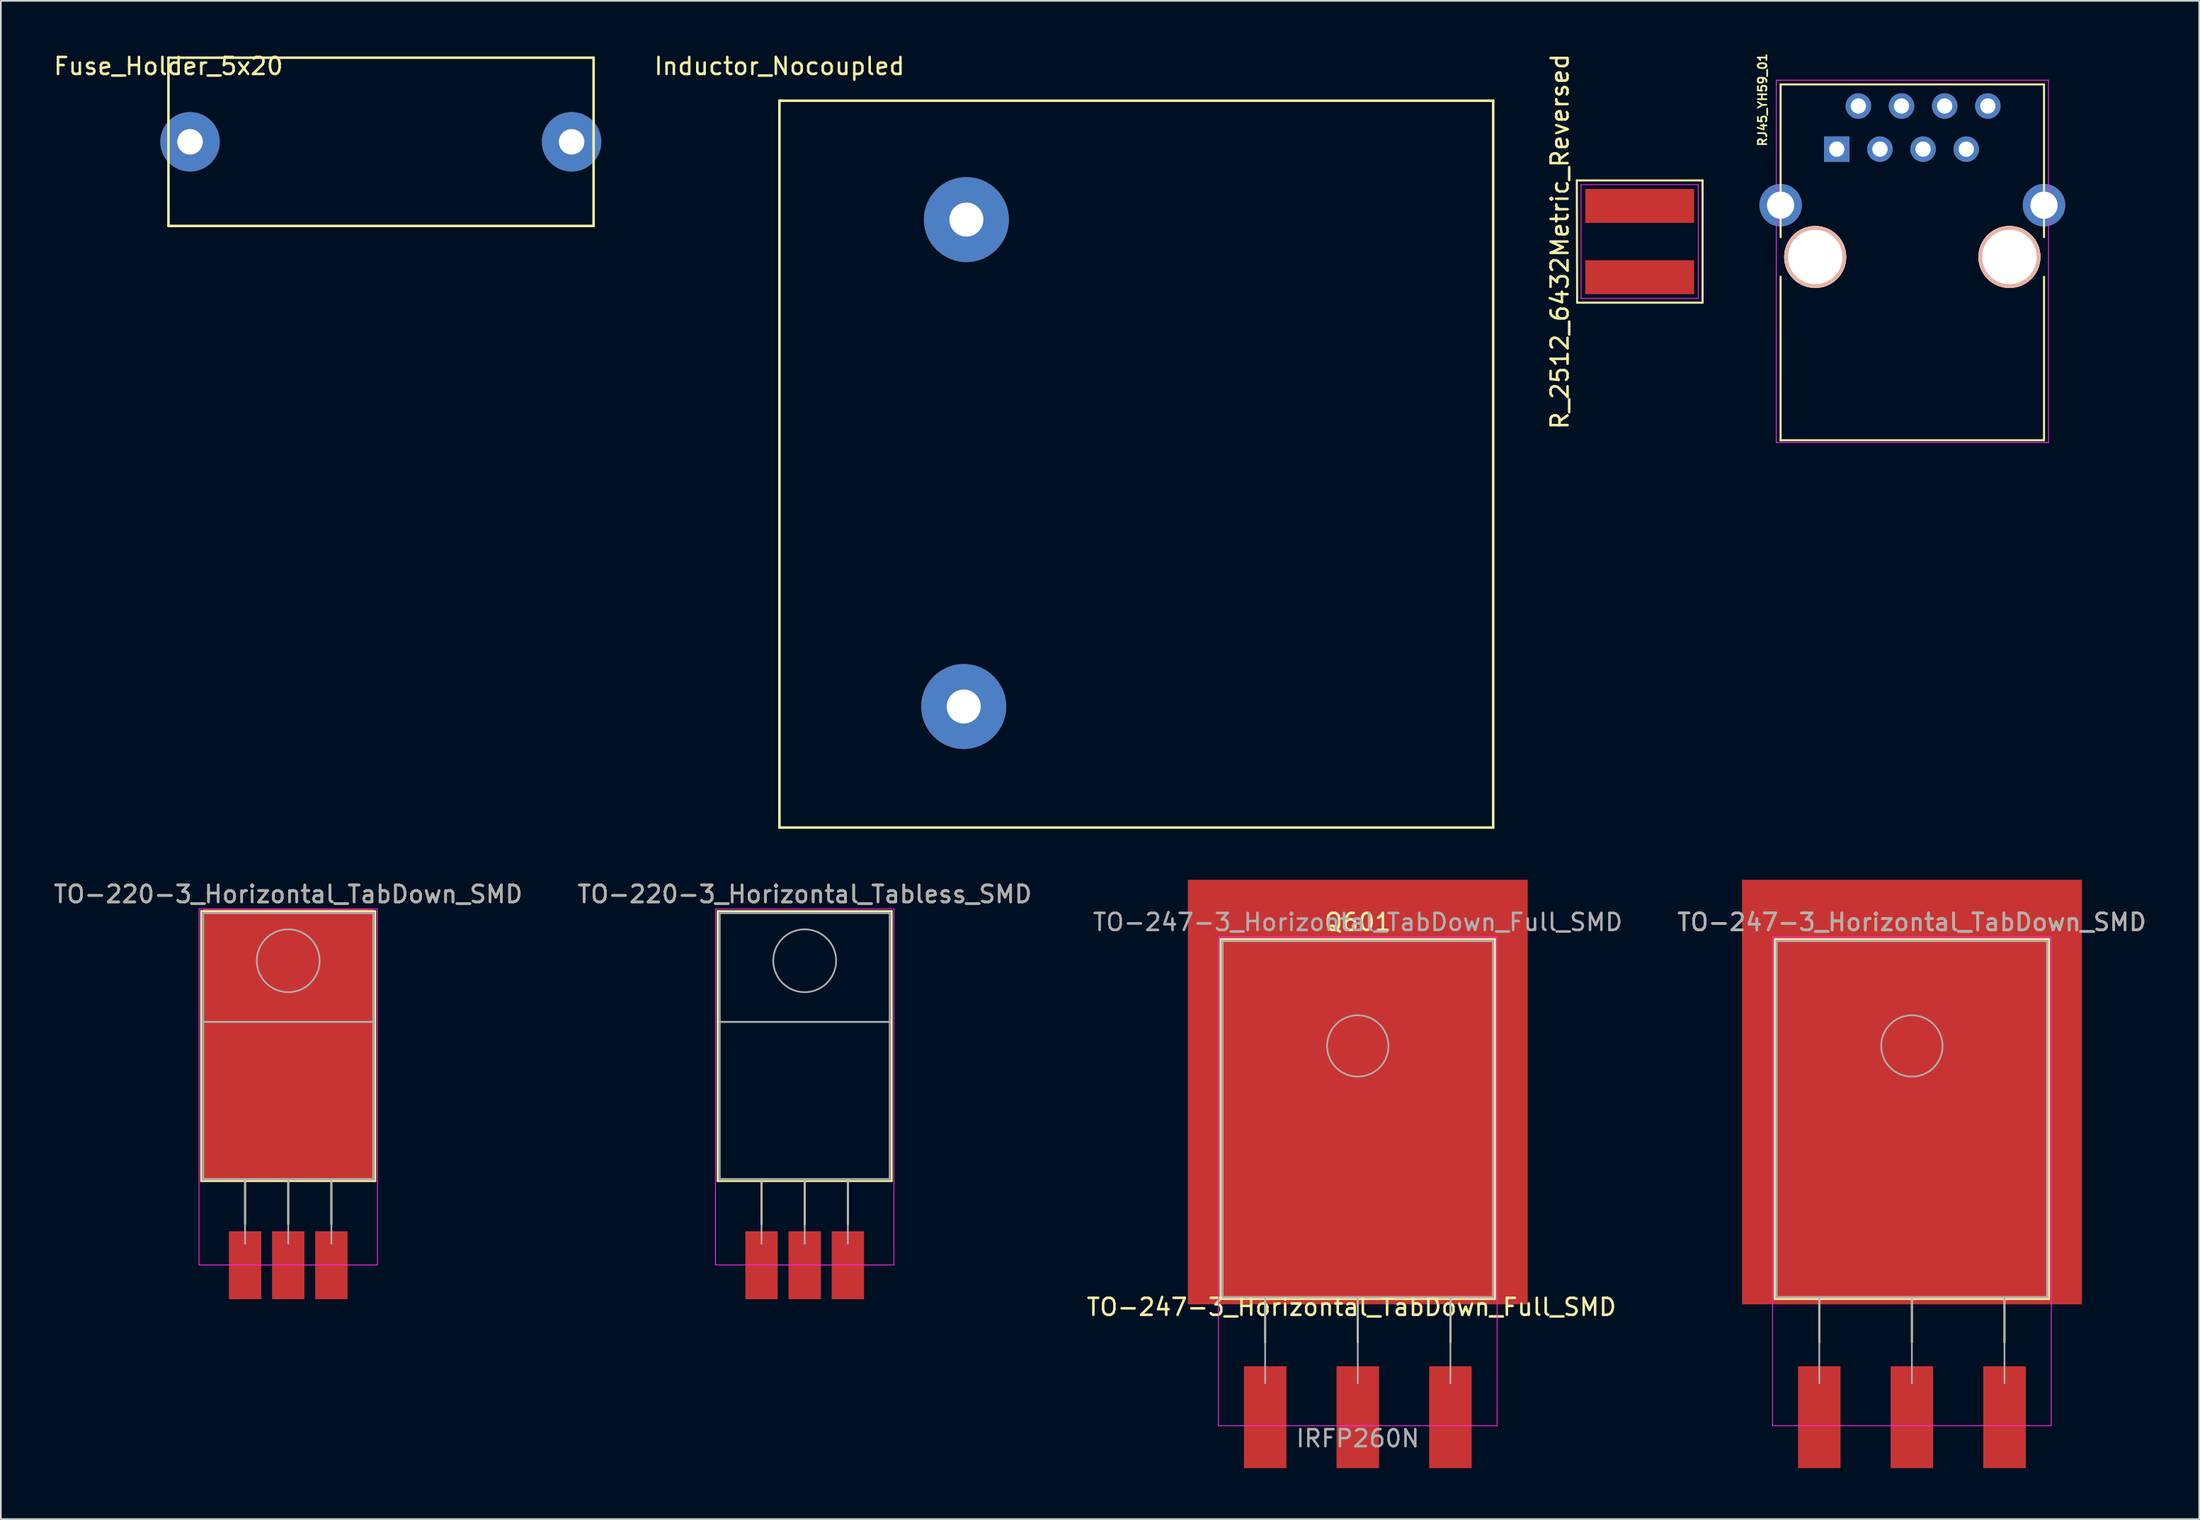
<source format=kicad_pcb>
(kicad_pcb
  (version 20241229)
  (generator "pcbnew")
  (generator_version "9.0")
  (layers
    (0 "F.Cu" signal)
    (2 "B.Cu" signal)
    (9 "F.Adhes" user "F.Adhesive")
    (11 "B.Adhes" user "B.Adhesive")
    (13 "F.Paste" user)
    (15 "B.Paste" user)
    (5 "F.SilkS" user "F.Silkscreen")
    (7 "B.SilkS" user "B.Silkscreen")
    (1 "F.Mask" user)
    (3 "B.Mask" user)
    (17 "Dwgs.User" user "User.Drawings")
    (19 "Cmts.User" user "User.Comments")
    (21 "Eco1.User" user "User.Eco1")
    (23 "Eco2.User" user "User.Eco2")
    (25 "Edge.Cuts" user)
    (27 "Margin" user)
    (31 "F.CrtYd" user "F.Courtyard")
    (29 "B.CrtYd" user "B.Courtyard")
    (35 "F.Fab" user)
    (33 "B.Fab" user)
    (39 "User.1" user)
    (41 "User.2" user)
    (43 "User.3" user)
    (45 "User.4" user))
  (footprint "RJ45_YH59_01"
    (layer "F.Cu")
    (at 105.034 5.736)
    (property "Reference" "RJ45_YH59_01" (at -4.364 -2.91 270) (layer "F.SilkS") (effects (font (size 0.5 0.5) (thickness 0.1))))
    (attr through_hole)
    (fp_line (start -3.3 -3.814) (end -3.3 5.186) (stroke (width 0.12) (type solid)) (layer "F.SilkS"))
    (fp_line (start -3.3 7.506) (end -3.302 17.145) (stroke (width 0.12) (type solid)) (layer "F.SilkS"))
    (fp_line (start -3.3 17.136) (end 12.2 17.136) (stroke (width 0.12) (type solid)) (layer "F.SilkS"))
    (fp_line (start 12.2 -3.814) (end -3.3 -3.814) (stroke (width 0.12) (type solid)) (layer "F.SilkS"))
    (fp_line (start 12.2 -3.814) (end 12.2 5.176) (stroke (width 0.12) (type solid)) (layer "F.SilkS"))
    (fp_line (start 12.2 7.516) (end 12.2 17.145) (stroke (width 0.12) (type solid)) (layer "F.SilkS"))
    (fp_line (start -3.555 -4.064) (end -3.556 17.272) (stroke (width 0.05) (type solid)) (layer "F.CrtYd"))
    (fp_line (start -3.555 -4.064) (end 12.465 -4.064) (stroke (width 0.05) (type solid)) (layer "F.CrtYd"))
    (fp_line (start 12.464 17.272) (end -3.556 17.272) (stroke (width 0.05) (type solid)) (layer "F.CrtYd"))
    (fp_line (start 12.465 17.272) (end 12.465 -4.064) (stroke (width 0.05) (type solid)) (layer "F.CrtYd"))
    (pad "" np_thru_hole circle (at -1.265 6.346) (size 3.65 3.65) (drill 3.2) (layers "*.Cu" "*.SilkS" "*.Mask"))
    (pad "" np_thru_hole circle (at 10.165 6.346) (size 3.65 3.65) (drill 3.2) (layers "*.Cu" "*.SilkS" "*.Mask"))
    (pad "1" thru_hole rect (at 0.005 -0.004) (size 1.5 1.5) (drill 0.9) (layers "*.Cu" "*.Mask"))
    (pad "2" thru_hole circle (at 1.275 -2.544) (size 1.5 1.5) (drill 0.9) (layers "*.Cu" "*.Mask"))
    (pad "3" thru_hole circle (at 2.545 -0.004) (size 1.5 1.5) (drill 0.9) (layers "*.Cu" "*.Mask"))
    (pad "4" thru_hole circle (at 3.815 -2.544) (size 1.5 1.5) (drill 0.9) (layers "*.Cu" "*.Mask"))
    (pad "5" thru_hole circle (at 5.085 -0.004) (size 1.5 1.5) (drill 0.9) (layers "*.Cu" "*.Mask"))
    (pad "6" thru_hole circle (at 6.355 -2.544) (size 1.5 1.5) (drill 0.9) (layers "*.Cu" "*.Mask"))
    (pad "7" thru_hole circle (at 7.625 -0.004) (size 1.5 1.5) (drill 0.9) (layers "*.Cu" "*.Mask"))
    (pad "8" thru_hole circle (at 8.895 -2.544) (size 1.5 1.5) (drill 0.9) (layers "*.Cu" "*.Mask"))
    (pad "9" thru_hole circle (at -3.3 3.296) (size 2.5 2.5) (drill 1.6) (layers "*.Cu" "*.Mask"))
    (pad "9" thru_hole circle (at 12.2 3.296) (size 2.5 2.5) (drill 1.6) (layers "*.Cu" "*.Mask")))
  (footprint "Fuse_Holder_5x20"
    (layer "F.Cu")
    (at 6.863 0.348)
    (property "Reference" "Fuse_Holder_5x20" (at 0 0.5 0) (layer "F.SilkS") (effects (font (size 1 1) (thickness 0.15))))
    (attr through_hole)
    (fp_line (start 0 0) (end 0 9.906) (stroke (width 0.15) (type solid)) (layer "F.SilkS"))
    (fp_line (start 0 0) (end 25.019 0) (stroke (width 0.15) (type solid)) (layer "F.SilkS"))
    (fp_line (start 0 9.906) (end 25.019 9.906) (stroke (width 0.15) (type solid)) (layer "F.SilkS"))
    (fp_line (start 25.019 0) (end 25.019 9.906) (stroke (width 0.15) (type solid)) (layer "F.SilkS"))
    (pad "1" thru_hole circle (at 1.27 4.953) (size 3.5 3.5) (drill 1.5) (layers "*.Cu" "*.Mask"))
    (pad "2" thru_hole circle (at 23.724 4.953) (size 3.5 3.5) (drill 1.5) (layers "*.Cu" "*.Mask")))
  (footprint "R_2512_6432Metric_Reversed"
    (layer "F.Cu")
    (at 93.442 11.173)
    (property "Reference" "R_2512_6432Metric_Reversed" (at -4.7 0 90) (layer "F.SilkS") (effects (font (size 1 1) (thickness 0.15))))
    (attr smd)
    (fp_line (start -3.7 -3.6) (end 3.7 -3.6) (stroke (width 0.12) (type solid)) (layer "F.SilkS"))
    (fp_line (start -3.683 3.6) (end -3.7 -3.6) (stroke (width 0.12) (type solid)) (layer "F.SilkS"))
    (fp_line (start 3.7 -3.6) (end 3.7 3.6) (stroke (width 0.12) (type solid)) (layer "F.SilkS"))
    (fp_line (start 3.7 3.6) (end -3.683 3.6) (stroke (width 0.12) (type solid)) (layer "F.SilkS"))
    (fp_line (start -3.45 -3.35) (end 3.45 -3.35) (stroke (width 0.05) (type solid)) (layer "F.CrtYd"))
    (fp_line (start -3.45 3.35) (end -3.45 -3.35) (stroke (width 0.05) (type solid)) (layer "F.CrtYd"))
    (fp_line (start 3.45 -3.35) (end 3.45 3.35) (stroke (width 0.05) (type solid)) (layer "F.CrtYd"))
    (fp_line (start 3.45 3.35) (end -3.45 3.35) (stroke (width 0.05) (type solid)) (layer "F.CrtYd"))
    (pad "1" smd rect (at 0 2.1) (size 6.4 2) (layers "F.Cu" "F.Mask" "F.Paste"))
    (pad "2" smd rect (at 0 -2.1) (size 6.4 2) (layers "F.Cu" "F.Mask" "F.Paste")))
  (footprint "TO-247-3_Horizontal_TabDown_Full_SMD"
    (layer "F.Cu")
    (at 76.482 73.415)
    (property "Reference" "TO-247-3_Horizontal_TabDown_Full_SMD" (at 0 0.5 0) (layer "F.SilkS") (effects (font (size 1 1) (thickness 0.15))))
    (attr through_hole)
    (fp_line (start -7.7 -21.165) (end -7.7 0.025) (stroke (width 0.12) (type solid)) (layer "F.SilkS"))
    (fp_line (start -7.7 -21.165) (end 8.44 -21.165) (stroke (width 0.12) (type solid)) (layer "F.SilkS"))
    (fp_line (start -7.7 0.025) (end 8.44 0.025) (stroke (width 0.12) (type solid)) (layer "F.SilkS"))
    (fp_line (start -5.08 0.025) (end -5.08 2.585) (stroke (width 0.12) (type solid)) (layer "F.SilkS"))
    (fp_line (start 0.37 0.025) (end 0.37 2.585) (stroke (width 0.12) (type solid)) (layer "F.SilkS"))
    (fp_line (start 5.82 0.025) (end 5.82 2.585) (stroke (width 0.12) (type solid)) (layer "F.SilkS"))
    (fp_line (start 8.44 -21.165) (end 8.44 0.025) (stroke (width 0.12) (type solid)) (layer "F.SilkS"))
    (fp_line (start -7.83 -21.295) (end -7.83 7.485) (stroke (width 0.05) (type solid)) (layer "F.CrtYd"))
    (fp_line (start -7.83 7.485) (end 8.57 7.485) (stroke (width 0.05) (type solid)) (layer "F.CrtYd"))
    (fp_line (start 8.57 -21.295) (end -7.83 -21.295) (stroke (width 0.05) (type solid)) (layer "F.CrtYd"))
    (fp_line (start 8.57 7.485) (end 8.57 -21.295) (stroke (width 0.05) (type solid)) (layer "F.CrtYd"))
    (fp_line (start -7.58 -21.045) (end 8.32 -21.045) (stroke (width 0.1) (type solid)) (layer "F.Fab"))
    (fp_line (start -7.58 -0.095) (end -7.58 -21.045) (stroke (width 0.1) (type solid)) (layer "F.Fab"))
    (fp_line (start -5.08 -0.095) (end -5.08 4.985) (stroke (width 0.1) (type solid)) (layer "F.Fab"))
    (fp_line (start 0.37 -0.095) (end 0.37 4.985) (stroke (width 0.1) (type solid)) (layer "F.Fab"))
    (fp_line (start 5.82 -0.095) (end 5.82 4.985) (stroke (width 0.1) (type solid)) (layer "F.Fab"))
    (fp_line (start 8.32 -21.045) (end 8.32 -0.095) (stroke (width 0.1) (type solid)) (layer "F.Fab"))
    (fp_line (start 8.32 -0.095) (end -7.58 -0.095) (stroke (width 0.1) (type solid)) (layer "F.Fab"))
    (fp_circle (center 0.37 -14.875) (end 2.175 -14.875) (stroke (width 0.1) (type solid)) (fill no) (layer "F.Fab"))
    (fp_text user "Q601" (at 0.37 -22.165 0) (layer "F.SilkS") (effects (font (size 1 1) (thickness 0.15))))
    (fp_text user "IRFP260N" (at 0.37 8.235 0) (layer "F.Fab") (effects (font (size 1 1) (thickness 0.15))))
    (fp_text user "${REFERENCE}" (at 0.37 -22.165 0) (layer "F.Fab") (effects (font (size 1 1) (thickness 0.15))))
    (pad "1" smd rect (at -5.08 6.985) (size 2.5 6) (layers "F.Cu" "F.Mask" "F.Paste"))
    (pad "2" smd rect (at 0.37 6.985) (size 2.5 6) (layers "F.Cu" "F.Mask" "F.Paste"))
    (pad "3" smd rect (at 5.82 6.985) (size 2.5 6) (layers "F.Cu" "F.Mask" "F.Paste"))
    (pad "4" smd rect (at 0.37 -12.16) (size 20 25) (layers "F.Cu" "F.Mask" "F.Paste")))
  (footprint "Inductor_Nocoupled"
    (layer "F.Cu")
    (at 42.819 2.88)
    (property "Reference" "Inductor_Nocoupled" (at 0 -2.032 0) (layer "F.SilkS") (effects (font (size 1 1) (thickness 0.15))))
    (attr through_hole)
    (fp_line (start 0 0) (end 0 42.8) (stroke (width 0.15) (type solid)) (layer "F.SilkS"))
    (fp_line (start 0 0) (end 42 0) (stroke (width 0.15) (type solid)) (layer "F.SilkS"))
    (fp_line (start 0 42.8) (end 42 42.8) (stroke (width 0.15) (type solid)) (layer "F.SilkS"))
    (fp_line (start 42 0) (end 42 42.8) (stroke (width 0.15) (type solid)) (layer "F.SilkS"))
    (pad "1" thru_hole circle (at 11 7) (size 5 5) (drill 2) (layers "*.Cu" "*.Mask"))
    (pad "2" thru_hole circle (at 10.844 35.672 180) (size 5 5) (drill 2) (layers "*.Cu" "*.Mask")))
  (footprint "TO-247-3_Horizontal_TabDown_SMD"
    (layer "F.Cu")
    (at 104.009 78.4)
    (property "Reference" "TO-247-3_Horizontal_TabDown_SMD" (at 5.45 -27.15 0) (layer "F.SilkS") (effects (font (size 1 1) (thickness 0.15))))
    (attr smd)
    (fp_line (start -2.62 -26.15) (end -2.62 -4.96) (stroke (width 0.12) (type solid)) (layer "F.SilkS"))
    (fp_line (start -2.62 -26.15) (end 13.52 -26.15) (stroke (width 0.12) (type solid)) (layer "F.SilkS"))
    (fp_line (start -2.62 -4.96) (end 13.52 -4.96) (stroke (width 0.12) (type solid)) (layer "F.SilkS"))
    (fp_line (start 0 -4.96) (end 0 -2.4) (stroke (width 0.12) (type solid)) (layer "F.SilkS"))
    (fp_line (start 5.45 -4.96) (end 5.45 -2.4) (stroke (width 0.12) (type solid)) (layer "F.SilkS"))
    (fp_line (start 10.9 -4.96) (end 10.9 -2.4) (stroke (width 0.12) (type solid)) (layer "F.SilkS"))
    (fp_line (start 13.52 -26.15) (end 13.52 -4.96) (stroke (width 0.12) (type solid)) (layer "F.SilkS"))
    (fp_line (start -2.75 -26.28) (end -2.75 2.5) (stroke (width 0.05) (type solid)) (layer "F.CrtYd"))
    (fp_line (start -2.75 2.5) (end 13.65 2.5) (stroke (width 0.05) (type solid)) (layer "F.CrtYd"))
    (fp_line (start 13.65 -26.28) (end -2.75 -26.28) (stroke (width 0.05) (type solid)) (layer "F.CrtYd"))
    (fp_line (start 13.65 2.5) (end 13.65 -26.28) (stroke (width 0.05) (type solid)) (layer "F.CrtYd"))
    (fp_line (start -2.5 -26.03) (end 13.4 -26.03) (stroke (width 0.1) (type solid)) (layer "F.Fab"))
    (fp_line (start -2.5 -5.08) (end -2.5 -26.03) (stroke (width 0.1) (type solid)) (layer "F.Fab"))
    (fp_line (start 0 -5.08) (end 0 0) (stroke (width 0.1) (type solid)) (layer "F.Fab"))
    (fp_line (start 5.45 -5.08) (end 5.45 0) (stroke (width 0.1) (type solid)) (layer "F.Fab"))
    (fp_line (start 10.9 -5.08) (end 10.9 0) (stroke (width 0.1) (type solid)) (layer "F.Fab"))
    (fp_line (start 13.4 -26.03) (end 13.4 -5.08) (stroke (width 0.1) (type solid)) (layer "F.Fab"))
    (fp_line (start 13.4 -5.08) (end -2.5 -5.08) (stroke (width 0.1) (type solid)) (layer "F.Fab"))
    (fp_circle (center 5.45 -19.86) (end 7.255 -19.86) (stroke (width 0.1) (type solid)) (fill no) (layer "F.Fab"))
    (fp_text user "${REFERENCE}" (at 5.45 -27.15 0) (layer "F.Fab") (effects (font (size 1 1) (thickness 0.15))))
    (pad "1" smd rect (at 0 2) (size 2.5 6) (layers "F.Cu" "F.Mask" "F.Paste"))
    (pad "2" smd rect (at 5.45 2) (size 2.5 6) (layers "F.Cu" "F.Mask" "F.Paste"))
    (pad "3" smd rect (at 10.9 2) (size 2.5 6) (layers "F.Cu" "F.Mask" "F.Paste"))
    (pad "4" smd rect (at 5.45 -17.145) (size 20 25) (layers "F.Cu" "F.Mask" "F.Paste")))
  (footprint "TO-220-3_Horizontal_Tabless_SMD"
    (layer "F.Cu")
    (at 41.764 70.183)
    (property "Reference" "TO-220-3_Horizontal_Tabless_SMD" (at 2.54 -20.58 0) (layer "F.SilkS") (effects (font (size 1 1) (thickness 0.15))))
    (attr through_hole)
    (fp_line (start -2.58 -19.58) (end -2.58 -3.69) (stroke (width 0.12) (type solid)) (layer "F.SilkS"))
    (fp_line (start -2.58 -19.58) (end 7.66 -19.58) (stroke (width 0.12) (type solid)) (layer "F.SilkS"))
    (fp_line (start -2.58 -3.69) (end 7.66 -3.69) (stroke (width 0.12) (type solid)) (layer "F.SilkS"))
    (fp_line (start 0 -3.69) (end 0 -1.15) (stroke (width 0.12) (type solid)) (layer "F.SilkS"))
    (fp_line (start 2.54 -3.69) (end 2.54 -1.15) (stroke (width 0.12) (type solid)) (layer "F.SilkS"))
    (fp_line (start 5.08 -3.69) (end 5.08 -1.15) (stroke (width 0.12) (type solid)) (layer "F.SilkS"))
    (fp_line (start 7.66 -19.58) (end 7.66 -3.69) (stroke (width 0.12) (type solid)) (layer "F.SilkS"))
    (fp_line (start -2.71 -19.71) (end -2.71 1.25) (stroke (width 0.05) (type solid)) (layer "F.CrtYd"))
    (fp_line (start -2.71 1.25) (end 7.79 1.25) (stroke (width 0.05) (type solid)) (layer "F.CrtYd"))
    (fp_line (start 7.79 -19.71) (end -2.71 -19.71) (stroke (width 0.05) (type solid)) (layer "F.CrtYd"))
    (fp_line (start 7.79 1.25) (end 7.79 -19.71) (stroke (width 0.05) (type solid)) (layer "F.CrtYd"))
    (fp_line (start -2.46 -19.46) (end 7.54 -19.46) (stroke (width 0.1) (type solid)) (layer "F.Fab"))
    (fp_line (start -2.46 -13.06) (end -2.46 -19.46) (stroke (width 0.1) (type solid)) (layer "F.Fab"))
    (fp_line (start -2.46 -13.06) (end 7.54 -13.06) (stroke (width 0.1) (type solid)) (layer "F.Fab"))
    (fp_line (start -2.46 -3.81) (end -2.46 -13.06) (stroke (width 0.1) (type solid)) (layer "F.Fab"))
    (fp_line (start 0 -3.81) (end 0 0) (stroke (width 0.1) (type solid)) (layer "F.Fab"))
    (fp_line (start 2.54 -3.81) (end 2.54 0) (stroke (width 0.1) (type solid)) (layer "F.Fab"))
    (fp_line (start 5.08 -3.81) (end 5.08 0) (stroke (width 0.1) (type solid)) (layer "F.Fab"))
    (fp_line (start 7.54 -19.46) (end 7.54 -13.06) (stroke (width 0.1) (type solid)) (layer "F.Fab"))
    (fp_line (start 7.54 -13.06) (end -2.46 -13.06) (stroke (width 0.1) (type solid)) (layer "F.Fab"))
    (fp_line (start 7.54 -13.06) (end 7.54 -3.81) (stroke (width 0.1) (type solid)) (layer "F.Fab"))
    (fp_line (start 7.54 -3.81) (end -2.46 -3.81) (stroke (width 0.1) (type solid)) (layer "F.Fab"))
    (fp_circle (center 2.54 -16.66) (end 4.39 -16.66) (stroke (width 0.1) (type solid)) (fill no) (layer "F.Fab"))
    (fp_text user "${REFERENCE}" (at 2.54 -20.58 0) (layer "F.Fab") (effects (font (size 1 1) (thickness 0.15))))
    (pad "1" smd rect (at 0 1.27) (size 1.905 4) (layers "F.Cu" "F.Mask" "F.Paste"))
    (pad "2" smd rect (at 2.54 1.27) (size 1.905 4) (layers "F.Cu" "F.Mask" "F.Paste"))
    (pad "3" smd rect (at 5.08 1.27) (size 1.905 4) (layers "F.Cu" "F.Mask" "F.Paste")))
  (footprint "TO-220-3_Horizontal_TabDown_SMD"
    (layer "F.Cu")
    (at 11.371 70.183)
    (property "Reference" "TO-220-3_Horizontal_TabDown_SMD" (at 2.54 -20.58 0) (layer "F.SilkS") (effects (font (size 1 1) (thickness 0.15))))
    (attr through_hole)
    (fp_line (start -2.58 -19.58) (end -2.58 -3.69) (stroke (width 0.12) (type solid)) (layer "F.SilkS"))
    (fp_line (start -2.58 -19.58) (end 7.66 -19.58) (stroke (width 0.12) (type solid)) (layer "F.SilkS"))
    (fp_line (start -2.58 -3.69) (end 7.66 -3.69) (stroke (width 0.12) (type solid)) (layer "F.SilkS"))
    (fp_line (start 0 -3.69) (end 0 -1.15) (stroke (width 0.12) (type solid)) (layer "F.SilkS"))
    (fp_line (start 2.54 -3.69) (end 2.54 -1.15) (stroke (width 0.12) (type solid)) (layer "F.SilkS"))
    (fp_line (start 5.08 -3.69) (end 5.08 -1.15) (stroke (width 0.12) (type solid)) (layer "F.SilkS"))
    (fp_line (start 7.66 -19.58) (end 7.66 -3.69) (stroke (width 0.12) (type solid)) (layer "F.SilkS"))
    (fp_line (start -2.71 -19.71) (end -2.71 1.25) (stroke (width 0.05) (type solid)) (layer "F.CrtYd"))
    (fp_line (start -2.71 1.25) (end 7.79 1.25) (stroke (width 0.05) (type solid)) (layer "F.CrtYd"))
    (fp_line (start 7.79 -19.71) (end -2.71 -19.71) (stroke (width 0.05) (type solid)) (layer "F.CrtYd"))
    (fp_line (start 7.79 1.25) (end 7.79 -19.71) (stroke (width 0.05) (type solid)) (layer "F.CrtYd"))
    (fp_line (start -2.46 -19.46) (end 7.54 -19.46) (stroke (width 0.1) (type solid)) (layer "F.Fab"))
    (fp_line (start -2.46 -13.06) (end -2.46 -19.46) (stroke (width 0.1) (type solid)) (layer "F.Fab"))
    (fp_line (start -2.46 -13.06) (end 7.54 -13.06) (stroke (width 0.1) (type solid)) (layer "F.Fab"))
    (fp_line (start -2.46 -3.81) (end -2.46 -13.06) (stroke (width 0.1) (type solid)) (layer "F.Fab"))
    (fp_line (start 0 -3.81) (end 0 0) (stroke (width 0.1) (type solid)) (layer "F.Fab"))
    (fp_line (start 2.54 -3.81) (end 2.54 0) (stroke (width 0.1) (type solid)) (layer "F.Fab"))
    (fp_line (start 5.08 -3.81) (end 5.08 0) (stroke (width 0.1) (type solid)) (layer "F.Fab"))
    (fp_line (start 7.54 -19.46) (end 7.54 -13.06) (stroke (width 0.1) (type solid)) (layer "F.Fab"))
    (fp_line (start 7.54 -13.06) (end -2.46 -13.06) (stroke (width 0.1) (type solid)) (layer "F.Fab"))
    (fp_line (start 7.54 -13.06) (end 7.54 -3.81) (stroke (width 0.1) (type solid)) (layer "F.Fab"))
    (fp_line (start 7.54 -3.81) (end -2.46 -3.81) (stroke (width 0.1) (type solid)) (layer "F.Fab"))
    (fp_circle (center 2.54 -16.66) (end 4.39 -16.66) (stroke (width 0.1) (type solid)) (fill no) (layer "F.Fab"))
    (fp_text user "${REFERENCE}" (at 2.54 -20.58 0) (layer "F.Fab") (effects (font (size 1 1) (thickness 0.15))))
    (pad "1" smd rect (at 0 1.27) (size 1.905 4) (layers "F.Cu" "F.Mask" "F.Paste"))
    (pad "2" smd rect (at 2.54 -11.684) (size 10 16) (layers "F.Cu" "F.Mask" "F.Paste"))
    (pad "2" smd rect (at 2.54 1.27) (size 1.905 4) (layers "F.Cu" "F.Mask" "F.Paste"))
    (pad "3" smd rect (at 5.08 1.27) (size 1.905 4) (layers "F.Cu" "F.Mask" "F.Paste")))
  (gr_rect
    (start -3 -3)
    (end 126.37 86.4)
    (stroke (width 0.1) (type default))
    (fill no)
    (layer "Edge.Cuts")))
</source>
